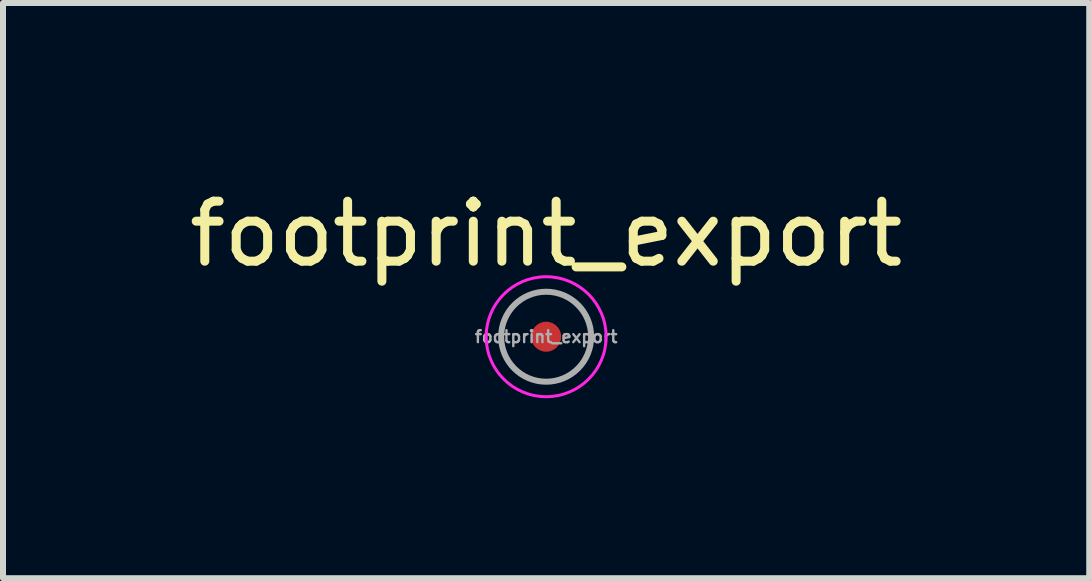
<source format=kicad_pcb>
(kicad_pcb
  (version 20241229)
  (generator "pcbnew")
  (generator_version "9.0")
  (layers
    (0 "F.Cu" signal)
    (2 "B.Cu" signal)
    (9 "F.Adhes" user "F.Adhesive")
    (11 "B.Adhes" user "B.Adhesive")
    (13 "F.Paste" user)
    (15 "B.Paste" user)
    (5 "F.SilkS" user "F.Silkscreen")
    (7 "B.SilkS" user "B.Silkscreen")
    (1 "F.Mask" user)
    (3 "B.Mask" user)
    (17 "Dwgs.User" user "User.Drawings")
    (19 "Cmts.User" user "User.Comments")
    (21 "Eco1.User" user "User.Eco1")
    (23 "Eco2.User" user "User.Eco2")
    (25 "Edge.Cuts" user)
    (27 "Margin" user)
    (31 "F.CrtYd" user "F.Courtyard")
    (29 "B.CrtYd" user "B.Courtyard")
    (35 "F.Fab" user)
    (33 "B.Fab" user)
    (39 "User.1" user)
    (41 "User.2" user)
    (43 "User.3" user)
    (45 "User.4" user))
  (footprint "footprint_export"
    (layer "F.Cu")
    (at 6.054 2.563)
    (property "Reference" "footprint_export" (at 0 -1.714 0) (layer "F.SilkS") (effects (font (size 1 1) (thickness 0.15))))
    (attr smd)
    (fp_circle (center 0 0) (end 1 0) (stroke (width 0.05) (type solid)) (fill no) (layer "F.CrtYd"))
    (fp_circle (center 0 0) (end 0.75 0) (stroke (width 0.1) (type solid)) (fill no) (layer "F.Fab"))
    (fp_text user "${REFERENCE}" (at 0 0 0) (layer "F.Fab") (effects (font (size 0.2 0.2) (thickness 0.04))))
    (pad "" smd circle (at 0 0) (size 0.5 0.5) (layers "F.Cu" "F.Mask")))
  (gr_rect
    (start -3 -3)
    (end 15.107 6.588)
    (stroke (width 0.1) (type default))
    (fill no)
    (layer "Edge.Cuts")))
</source>
